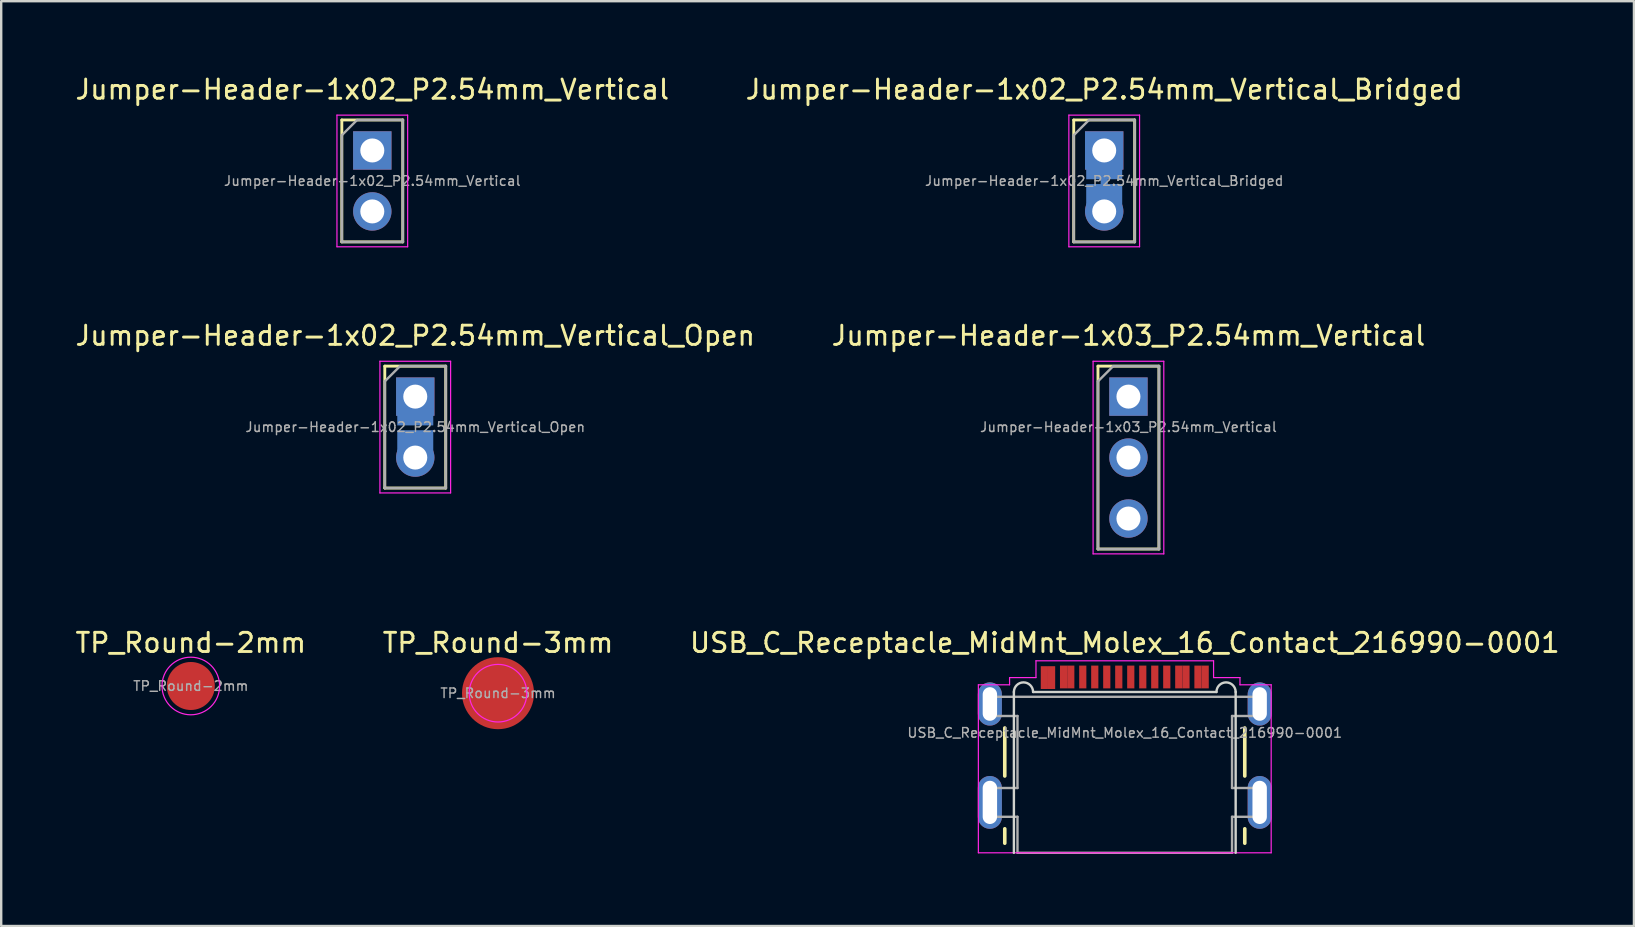
<source format=kicad_pcb>
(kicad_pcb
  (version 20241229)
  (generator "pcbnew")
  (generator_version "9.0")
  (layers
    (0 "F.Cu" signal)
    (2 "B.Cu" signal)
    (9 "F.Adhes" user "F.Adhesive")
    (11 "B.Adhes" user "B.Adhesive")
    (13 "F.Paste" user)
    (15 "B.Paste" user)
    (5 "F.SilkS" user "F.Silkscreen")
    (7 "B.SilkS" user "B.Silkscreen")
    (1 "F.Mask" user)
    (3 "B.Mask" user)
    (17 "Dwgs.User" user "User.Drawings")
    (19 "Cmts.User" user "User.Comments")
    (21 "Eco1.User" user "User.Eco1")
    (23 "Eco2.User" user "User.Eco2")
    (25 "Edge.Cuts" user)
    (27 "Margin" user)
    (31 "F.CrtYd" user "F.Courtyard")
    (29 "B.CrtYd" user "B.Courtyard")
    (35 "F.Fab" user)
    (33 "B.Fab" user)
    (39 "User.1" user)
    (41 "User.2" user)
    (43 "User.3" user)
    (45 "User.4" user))
  (footprint "Jumper-Header-1x02_P2.54mm_Vertical_Open"
    (layer "F.Cu")
    (at 14.252 13.475)
    (property "Reference" "Jumper-Header-1x02_P2.54mm_Vertical_Open" (at 0 -2.54 0) (layer "F.SilkS") (effects (font (size 0.8 0.8) (thickness 0.12))))
    (fp_line (start -1.27 -1.27) (end -1.27 3.81) (stroke (width 0.12) (type solid)) (layer "F.SilkS"))
    (fp_line (start -1.27 -1.27) (end 1.27 -1.27) (stroke (width 0.12) (type solid)) (layer "F.SilkS"))
    (fp_line (start -1.27 3.81) (end 1.27 3.81) (stroke (width 0.12) (type solid)) (layer "F.SilkS"))
    (fp_line (start 1.27 -1.27) (end 1.27 3.81) (stroke (width 0.12) (type solid)) (layer "F.SilkS"))
    (fp_line (start -1.473 -1.473) (end -1.473 4.013) (stroke (width 0.05) (type solid)) (layer "F.CrtYd"))
    (fp_line (start -1.473 4.013) (end 1.473 4.013) (stroke (width 0.05) (type solid)) (layer "F.CrtYd"))
    (fp_line (start 1.473 -1.473) (end -1.473 -1.473) (stroke (width 0.05) (type solid)) (layer "F.CrtYd"))
    (fp_line (start 1.473 4.013) (end 1.473 -1.473) (stroke (width 0.05) (type solid)) (layer "F.CrtYd"))
    (fp_line (start -1.27 -0.635) (end -0.635 -1.27) (stroke (width 0.1) (type solid)) (layer "F.Fab"))
    (fp_line (start -1.27 3.81) (end -1.27 -0.635) (stroke (width 0.1) (type solid)) (layer "F.Fab"))
    (fp_line (start -0.635 -1.27) (end 1.27 -1.27) (stroke (width 0.1) (type solid)) (layer "F.Fab"))
    (fp_line (start 1.27 -1.27) (end 1.27 3.81) (stroke (width 0.1) (type solid)) (layer "F.Fab"))
    (fp_line (start 1.27 3.81) (end -1.27 3.81) (stroke (width 0.1) (type solid)) (layer "F.Fab"))
    (fp_text user "${REFERENCE}" (at 0 1.27 180) (layer "F.Fab") (effects (font (size 0.4 0.4) (thickness 0.06))))
    (pad "" smd rect (at 0 1.3 90) (size 0.6 1.5) (layers "B.Mask"))
    (pad "1" thru_hole rect (at 0 0) (size 1.6 1.6) (drill 1) (layers "*.Cu" "*.Mask"))
    (pad "1" smd rect (at 0 0.858 270) (size 0.684 1.5) (layers "B.Cu"))
    (pad "2" smd rect (at 0 1.843 270) (size 0.886 1.5) (layers "B.Cu"))
    (pad "2" thru_hole oval (at 0 2.54) (size 1.6 1.6) (drill 1) (layers "*.Cu" "*.Mask")))
  (footprint "Jumper-Header-1x03_P2.54mm_Vertical"
    (layer "F.Cu")
    (at 43.967 13.475)
    (property "Reference" "Jumper-Header-1x03_P2.54mm_Vertical" (at 0 -2.54 0) (layer "F.SilkS") (effects (font (size 0.8 0.8) (thickness 0.12))))
    (fp_line (start -1.27 -1.27) (end -1.27 6.35) (stroke (width 0.12) (type solid)) (layer "F.SilkS"))
    (fp_line (start -1.27 -1.27) (end 1.27 -1.27) (stroke (width 0.12) (type solid)) (layer "F.SilkS"))
    (fp_line (start -1.27 6.35) (end 1.27 6.35) (stroke (width 0.12) (type solid)) (layer "F.SilkS"))
    (fp_line (start 1.27 -1.27) (end 1.27 6.35) (stroke (width 0.12) (type solid)) (layer "F.SilkS"))
    (fp_line (start -1.473 -1.473) (end -1.473 6.553) (stroke (width 0.05) (type solid)) (layer "F.CrtYd"))
    (fp_line (start -1.473 6.553) (end 1.473 6.553) (stroke (width 0.05) (type solid)) (layer "F.CrtYd"))
    (fp_line (start 1.473 -1.473) (end -1.473 -1.473) (stroke (width 0.05) (type solid)) (layer "F.CrtYd"))
    (fp_line (start 1.473 6.553) (end 1.473 -1.473) (stroke (width 0.05) (type solid)) (layer "F.CrtYd"))
    (fp_line (start -1.27 -0.635) (end -0.635 -1.27) (stroke (width 0.1) (type solid)) (layer "F.Fab"))
    (fp_line (start -1.27 6.35) (end -1.27 -0.635) (stroke (width 0.1) (type solid)) (layer "F.Fab"))
    (fp_line (start -0.635 -1.27) (end 1.27 -1.27) (stroke (width 0.1) (type solid)) (layer "F.Fab"))
    (fp_line (start 1.27 -1.27) (end 1.27 6.35) (stroke (width 0.1) (type solid)) (layer "F.Fab"))
    (fp_line (start 1.27 6.35) (end -1.27 6.35) (stroke (width 0.1) (type solid)) (layer "F.Fab"))
    (fp_text user "${REFERENCE}" (at 0 1.27 180) (layer "F.Fab") (effects (font (size 0.4 0.4) (thickness 0.06))))
    (pad "1" thru_hole rect (at 0 0) (size 1.6 1.6) (drill 1) (layers "*.Cu" "*.Mask"))
    (pad "2" thru_hole oval (at 0 2.54) (size 1.6 1.6) (drill 1) (layers "*.Cu" "*.Mask"))
    (pad "3" thru_hole oval (at 0 5.08) (size 1.6 1.6) (drill 1) (layers "*.Cu" "*.Mask")))
  (footprint "Jumper-Header-1x02_P2.54mm_Vertical_Bridged"
    (layer "F.Cu")
    (at 42.957 3.219)
    (property "Reference" "Jumper-Header-1x02_P2.54mm_Vertical_Bridged" (at 0 -2.54 0) (layer "F.SilkS") (effects (font (size 0.8 0.8) (thickness 0.12))))
    (fp_poly (pts (xy 0.15 1.116) (xy 0.15 1.516) (xy -0.15 1.516) (xy -0.15 1.116)) (stroke (width 0) (type solid)) (fill yes) (layer "B.Cu"))
    (fp_line (start -1.27 -1.27) (end -1.27 3.81) (stroke (width 0.12) (type solid)) (layer "F.SilkS"))
    (fp_line (start -1.27 -1.27) (end 1.27 -1.27) (stroke (width 0.12) (type solid)) (layer "F.SilkS"))
    (fp_line (start -1.27 3.81) (end 1.27 3.81) (stroke (width 0.12) (type solid)) (layer "F.SilkS"))
    (fp_line (start 1.27 -1.27) (end 1.27 3.81) (stroke (width 0.12) (type solid)) (layer "F.SilkS"))
    (fp_line (start -1.473 -1.473) (end -1.473 4.013) (stroke (width 0.05) (type solid)) (layer "F.CrtYd"))
    (fp_line (start -1.473 4.013) (end 1.473 4.013) (stroke (width 0.05) (type solid)) (layer "F.CrtYd"))
    (fp_line (start 1.473 -1.473) (end -1.473 -1.473) (stroke (width 0.05) (type solid)) (layer "F.CrtYd"))
    (fp_line (start 1.473 4.013) (end 1.473 -1.473) (stroke (width 0.05) (type solid)) (layer "F.CrtYd"))
    (fp_line (start -1.27 -0.635) (end -0.635 -1.27) (stroke (width 0.1) (type solid)) (layer "F.Fab"))
    (fp_line (start -1.27 3.81) (end -1.27 -0.635) (stroke (width 0.1) (type solid)) (layer "F.Fab"))
    (fp_line (start -0.635 -1.27) (end 1.27 -1.27) (stroke (width 0.1) (type solid)) (layer "F.Fab"))
    (fp_line (start 1.27 -1.27) (end 1.27 3.81) (stroke (width 0.1) (type solid)) (layer "F.Fab"))
    (fp_line (start 1.27 3.81) (end -1.27 3.81) (stroke (width 0.1) (type solid)) (layer "F.Fab"))
    (fp_text user "${REFERENCE}" (at 0 1.27 180) (layer "F.Fab") (effects (font (size 0.4 0.4) (thickness 0.06))))
    (pad "" smd rect (at 0 1.3 90) (size 0.6 1.5) (layers "B.Mask"))
    (pad "1" thru_hole rect (at 0 0) (size 1.6 1.6) (drill 1) (layers "*.Cu" "*.Mask"))
    (pad "1" smd rect (at 0 0.858 270) (size 0.684 1.5) (layers "B.Cu"))
    (pad "2" smd rect (at 0 1.843 270) (size 0.886 1.5) (layers "B.Cu"))
    (pad "2" thru_hole oval (at 0 2.54) (size 1.6 1.6) (drill 1) (layers "*.Cu" "*.Mask")))
  (footprint "TP_Round-2mm"
    (layer "F.Cu")
    (at 4.9 25.532)
    (property "Reference" "TP_Round-2mm" (at 0 -1.8 0) (unlocked yes) (layer "F.SilkS") (effects (font (size 0.8 0.8) (thickness 0.12))))
    (attr smd)
    (fp_circle (center 0 0) (end 1.2 0) (stroke (width 0.05) (type solid)) (fill no) (layer "F.CrtYd"))
    (fp_text user "${REFERENCE}" (at 0 0 0) (layer "F.Fab") (effects (font (size 0.4 0.4) (thickness 0.06))))
    (pad "1" smd circle (at 0 0) (size 2 2) (property pad_prop_testpoint) (layers "F.Cu" "F.Mask")))
  (footprint "Jumper-Header-1x02_P2.54mm_Vertical"
    (layer "F.Cu")
    (at 12.462 3.219)
    (property "Reference" "Jumper-Header-1x02_P2.54mm_Vertical" (at 0 -2.54 0) (layer "F.SilkS") (effects (font (size 0.8 0.8) (thickness 0.12))))
    (fp_line (start -1.27 -1.27) (end -1.27 3.81) (stroke (width 0.12) (type solid)) (layer "F.SilkS"))
    (fp_line (start -1.27 -1.27) (end 1.27 -1.27) (stroke (width 0.12) (type solid)) (layer "F.SilkS"))
    (fp_line (start -1.27 3.81) (end 1.27 3.81) (stroke (width 0.12) (type solid)) (layer "F.SilkS"))
    (fp_line (start 1.27 -1.27) (end 1.27 3.81) (stroke (width 0.12) (type solid)) (layer "F.SilkS"))
    (fp_line (start -1.473 -1.473) (end -1.473 4.013) (stroke (width 0.05) (type solid)) (layer "F.CrtYd"))
    (fp_line (start -1.473 4.013) (end 1.473 4.013) (stroke (width 0.05) (type solid)) (layer "F.CrtYd"))
    (fp_line (start 1.473 -1.473) (end -1.473 -1.473) (stroke (width 0.05) (type solid)) (layer "F.CrtYd"))
    (fp_line (start 1.473 4.013) (end 1.473 -1.473) (stroke (width 0.05) (type solid)) (layer "F.CrtYd"))
    (fp_line (start -1.27 -0.635) (end -0.635 -1.27) (stroke (width 0.1) (type solid)) (layer "F.Fab"))
    (fp_line (start -1.27 3.81) (end -1.27 -0.635) (stroke (width 0.1) (type solid)) (layer "F.Fab"))
    (fp_line (start -0.635 -1.27) (end 1.27 -1.27) (stroke (width 0.1) (type solid)) (layer "F.Fab"))
    (fp_line (start 1.27 -1.27) (end 1.27 3.81) (stroke (width 0.1) (type solid)) (layer "F.Fab"))
    (fp_line (start 1.27 3.81) (end -1.27 3.81) (stroke (width 0.1) (type solid)) (layer "F.Fab"))
    (fp_text user "${REFERENCE}" (at 0 1.27 180) (layer "F.Fab") (effects (font (size 0.4 0.4) (thickness 0.06))))
    (pad "1" thru_hole rect (at 0 0) (size 1.6 1.6) (drill 1) (layers "*.Cu" "*.Mask"))
    (pad "2" thru_hole oval (at 0 2.54) (size 1.6 1.6) (drill 1) (layers "*.Cu" "*.Mask")))
  (footprint "TP_Round-3mm"
    (layer "F.Cu")
    (at 17.7 25.832)
    (property "Reference" "TP_Round-3mm" (at 0 -2.1 0) (unlocked yes) (layer "F.SilkS") (effects (font (size 0.8 0.8) (thickness 0.12))))
    (attr smd)
    (fp_circle (center 0 0) (end 1.2 0) (stroke (width 0.05) (type solid)) (fill no) (layer "F.CrtYd"))
    (fp_text user "${REFERENCE}" (at 0 0 0) (layer "F.Fab") (effects (font (size 0.4 0.4) (thickness 0.06))))
    (pad "1" smd circle (at 0 0) (size 3 3) (property pad_prop_testpoint) (layers "F.Cu" "F.Mask")))
  (footprint "USB_C_Receptacle_MidMnt_Molex_16_Contact_216990-0001"
    (layer "F.Cu")
    (at 43.814 30.382)
    (property "Reference" "USB_C_Receptacle_MidMnt_Molex_16_Contact_216990-0001" (at 0 -6.65 0) (layer "F.SilkS") (effects (font (size 0.8 0.8) (thickness 0.12))))
    (attr smd)
    (fp_rect (start -3.5 -4.725) (end -2.9 -4.6) (stroke (width 0.01) (type solid)) (fill yes) (layer "F.Mask"))
    (fp_rect (start -2.7 -4.75) (end -2.1 -4.6) (stroke (width 0.01) (type solid)) (fill yes) (layer "F.Mask"))
    (fp_rect (start -1.9 -4.75) (end -1.6 -4.6) (stroke (width 0.01) (type solid)) (fill yes) (layer "F.Mask"))
    (fp_rect (start -1.4 -4.75) (end -1.1 -4.6) (stroke (width 0.01) (type solid)) (fill yes) (layer "F.Mask"))
    (fp_rect (start -0.9 -4.75) (end -0.6 -4.6) (stroke (width 0.01) (type solid)) (fill yes) (layer "F.Mask"))
    (fp_rect (start -0.4 -4.75) (end -0.1 -4.6) (stroke (width 0.01) (type solid)) (fill yes) (layer "F.Mask"))
    (fp_rect (start 0.1 -4.75) (end 0.4 -4.6) (stroke (width 0.01) (type solid)) (fill yes) (layer "F.Mask"))
    (fp_rect (start 0.6 -4.75) (end 0.9 -4.6) (stroke (width 0.01) (type solid)) (fill yes) (layer "F.Mask"))
    (fp_rect (start 1.1 -4.75) (end 1.4 -4.6) (stroke (width 0.01) (type solid)) (fill yes) (layer "F.Mask"))
    (fp_rect (start 1.6 -4.75) (end 1.9 -4.6) (stroke (width 0.01) (type solid)) (fill yes) (layer "F.Mask"))
    (fp_rect (start 2.1 -4.75) (end 2.7 -4.6) (stroke (width 0.01) (type solid)) (fill yes) (layer "F.Mask"))
    (fp_rect (start 2.9 -4.75) (end 3.5 -4.6) (stroke (width 0.01) (type solid)) (fill yes) (layer "F.Mask"))
    (fp_line (start -5 -1.1) (end -5 -3.1) (stroke (width 0.15) (type solid)) (layer "F.SilkS"))
    (fp_line (start -5 1.7) (end -5 1.1) (stroke (width 0.15) (type solid)) (layer "F.SilkS"))
    (fp_line (start 5 -1.1) (end 5 -3.1) (stroke (width 0.15) (type solid)) (layer "F.SilkS"))
    (fp_line (start 5 1.7) (end 5 1.1) (stroke (width 0.15) (type solid)) (layer "F.SilkS"))
    (fp_line (start -4.62 -4.6) (end 4.62 -4.6) (stroke (width 0.1) (type solid)) (layer "Eco1.User"))
    (fp_line (start -4.62 2.1) (end -4.62 -4.6) (stroke (width 0.1) (type solid)) (layer "Eco1.User"))
    (fp_line (start 4.62 2.1) (end 4.62 -4.6) (stroke (width 0.1) (type solid)) (layer "Eco1.User"))
    (fp_line (start -4.62 2.1) (end -4.62 -4.6) (stroke (width 0.1) (type solid)) (layer "Edge.Cuts"))
    (fp_line (start -3.82 -4.6) (end 3.82 -4.6) (stroke (width 0.1) (type solid)) (layer "Edge.Cuts"))
    (fp_line (start 4.62 -4.6) (end 4.62 2.1) (stroke (width 0.1) (type solid)) (layer "Edge.Cuts"))
    (fp_arc (start -4.62 -4.6) (mid -4.22 -5) (end -3.82 -4.6) (stroke (width 0.1) (type solid)) (layer "Edge.Cuts"))
    (fp_arc (start 3.82 -4.6) (mid 4.22 -5) (end 4.62 -4.6) (stroke (width 0.1) (type solid)) (layer "Edge.Cuts"))
    (fp_line (start -6.1 -4.9) (end -6.1 2.1) (stroke (width 0.05) (type solid)) (layer "F.CrtYd"))
    (fp_line (start -6.1 2.1) (end 6.1 2.1) (stroke (width 0.05) (type solid)) (layer "F.CrtYd"))
    (fp_line (start -4.8 -5.2) (end -4.8 -4.9) (stroke (width 0.05) (type solid)) (layer "F.CrtYd"))
    (fp_line (start -4.8 -5.2) (end -3.7 -5.2) (stroke (width 0.05) (type solid)) (layer "F.CrtYd"))
    (fp_line (start -4.8 -4.9) (end -6.1 -4.9) (stroke (width 0.05) (type solid)) (layer "F.CrtYd"))
    (fp_line (start -3.7 -5.9) (end -3.7 -5.2) (stroke (width 0.05) (type solid)) (layer "F.CrtYd"))
    (fp_line (start -3.7 -5.9) (end 3.7 -5.9) (stroke (width 0.05) (type solid)) (layer "F.CrtYd"))
    (fp_line (start 3.7 -5.2) (end 3.7 -5.9) (stroke (width 0.05) (type solid)) (layer "F.CrtYd"))
    (fp_line (start 4.8 -5.2) (end 3.7 -5.2) (stroke (width 0.05) (type solid)) (layer "F.CrtYd"))
    (fp_line (start 4.8 -5.2) (end 4.8 -4.9) (stroke (width 0.05) (type solid)) (layer "F.CrtYd"))
    (fp_line (start 6.1 -4.9) (end 4.8 -4.9) (stroke (width 0.05) (type solid)) (layer "F.CrtYd"))
    (fp_line (start 6.1 2.1) (end 6.1 -4.9) (stroke (width 0.05) (type solid)) (layer "F.CrtYd"))
    (fp_line (start -5.62 -4.4) (end 5.62 -4.4) (stroke (width 0.1) (type solid)) (layer "F.Fab"))
    (fp_line (start -5.62 -3.6) (end -5.62 -4.4) (stroke (width 0.1) (type solid)) (layer "F.Fab"))
    (fp_line (start -5.62 0.6) (end -5.62 -0.6) (stroke (width 0.1) (type solid)) (layer "F.Fab"))
    (fp_line (start -4.47 -3.6) (end -5.62 -3.6) (stroke (width 0.1) (type solid)) (layer "F.Fab"))
    (fp_line (start -4.47 -0.6) (end -5.62 -0.6) (stroke (width 0.1) (type solid)) (layer "F.Fab"))
    (fp_line (start -4.47 -0.6) (end -4.47 -3.6) (stroke (width 0.1) (type solid)) (layer "F.Fab"))
    (fp_line (start -4.47 0.6) (end -5.62 0.6) (stroke (width 0.1) (type solid)) (layer "F.Fab"))
    (fp_line (start -4.47 2.1) (end -4.47 0.6) (stroke (width 0.1) (type solid)) (layer "F.Fab"))
    (fp_line (start -4.47 2.1) (end 4.47 2.1) (stroke (width 0.1) (type solid)) (layer "F.Fab"))
    (fp_line (start 4.47 -3.6) (end 5.62 -3.6) (stroke (width 0.1) (type solid)) (layer "F.Fab"))
    (fp_line (start 4.47 -0.6) (end 4.47 -3.6) (stroke (width 0.1) (type solid)) (layer "F.Fab"))
    (fp_line (start 4.47 -0.6) (end 5.62 -0.6) (stroke (width 0.1) (type solid)) (layer "F.Fab"))
    (fp_line (start 4.47 0.6) (end 5.62 0.6) (stroke (width 0.1) (type solid)) (layer "F.Fab"))
    (fp_line (start 4.47 2.1) (end 4.47 0.6) (stroke (width 0.1) (type solid)) (layer "F.Fab"))
    (fp_line (start 5.62 -3.6) (end 5.62 -4.4) (stroke (width 0.1) (type solid)) (layer "F.Fab"))
    (fp_line (start 5.62 0.6) (end 5.62 -0.6) (stroke (width 0.1) (type solid)) (layer "F.Fab"))
    (fp_text user "${REFERENCE}" (at 0 -2.9 0) (layer "F.Fab") (effects (font (size 0.4 0.4) (thickness 0.06))))
    (pad "A1" smd rect (at -3.35 -5.2) (size 0.3 0.95) (layers "F.Cu" "F.Mask" "F.Paste"))
    (pad "A4" smd rect (at -2.55 -5.225) (size 0.3 0.95) (layers "F.Cu" "F.Mask" "F.Paste"))
    (pad "A5" smd rect (at -1.25 -5.225) (size 0.3 0.95) (layers "F.Cu" "F.Mask" "F.Paste"))
    (pad "A6" smd rect (at -0.25 -5.225) (size 0.3 0.95) (layers "F.Cu" "F.Mask" "F.Paste"))
    (pad "A7" smd rect (at 0.25 -5.225 180) (size 0.3 0.95) (layers "F.Cu" "F.Mask" "F.Paste"))
    (pad "A8" smd rect (at 1.25 -5.225 180) (size 0.3 0.95) (layers "F.Cu" "F.Mask" "F.Paste"))
    (pad "A9" smd rect (at 2.55 -5.225 180) (size 0.3 0.95) (layers "F.Cu" "F.Mask" "F.Paste"))
    (pad "A12" smd rect (at 3.35 -5.225) (size 0.3 0.95) (layers "F.Cu" "F.Mask" "F.Paste"))
    (pad "B1" smd rect (at 3.05 -5.225 180) (size 0.3 0.95) (layers "F.Cu" "F.Mask" "F.Paste"))
    (pad "B4" smd rect (at 2.25 -5.225 180) (size 0.3 0.95) (layers "F.Cu" "F.Mask" "F.Paste"))
    (pad "B5" smd rect (at 1.75 -5.225 180) (size 0.3 0.95) (layers "F.Cu" "F.Mask" "F.Paste"))
    (pad "B6" smd rect (at 0.75 -5.225 180) (size 0.3 0.95) (layers "F.Cu" "F.Mask" "F.Paste"))
    (pad "B7" smd rect (at -0.75 -5.225) (size 0.3 0.95) (layers "F.Cu" "F.Mask" "F.Paste"))
    (pad "B8" smd rect (at -1.75 -5.225) (size 0.3 0.95) (layers "F.Cu" "F.Mask" "F.Paste"))
    (pad "B9" smd rect (at -2.25 -5.225) (size 0.3 0.95) (layers "F.Cu" "F.Mask" "F.Paste"))
    (pad "B12" smd rect (at -3.05 -5.2 180) (size 0.3 0.95) (layers "F.Cu" "F.Mask" "F.Paste"))
    (pad "S1" thru_hole oval (at -5.62 -4.1 270) (size 1.8 1) (drill oval 1.4 0.6) (layers "*.Cu" "*.Mask"))
    (pad "S1" thru_hole oval (at -5.62 0 270) (size 2.2 1) (drill oval 1.8 0.6) (layers "*.Cu" "*.Mask"))
    (pad "S1" thru_hole oval (at 5.62 -4.1 270) (size 1.8 1) (drill oval 1.4 0.6) (layers "*.Cu" "*.Mask"))
    (pad "S1" thru_hole oval (at 5.62 0 270) (size 2.2 1) (drill oval 1.8 0.6) (layers "*.Cu" "*.Mask")))
  (gr_rect
    (start -3 -3)
    (end 65.029 35.532)
    (stroke (width 0.1) (type default))
    (fill no)
    (layer "Edge.Cuts")))
</source>
